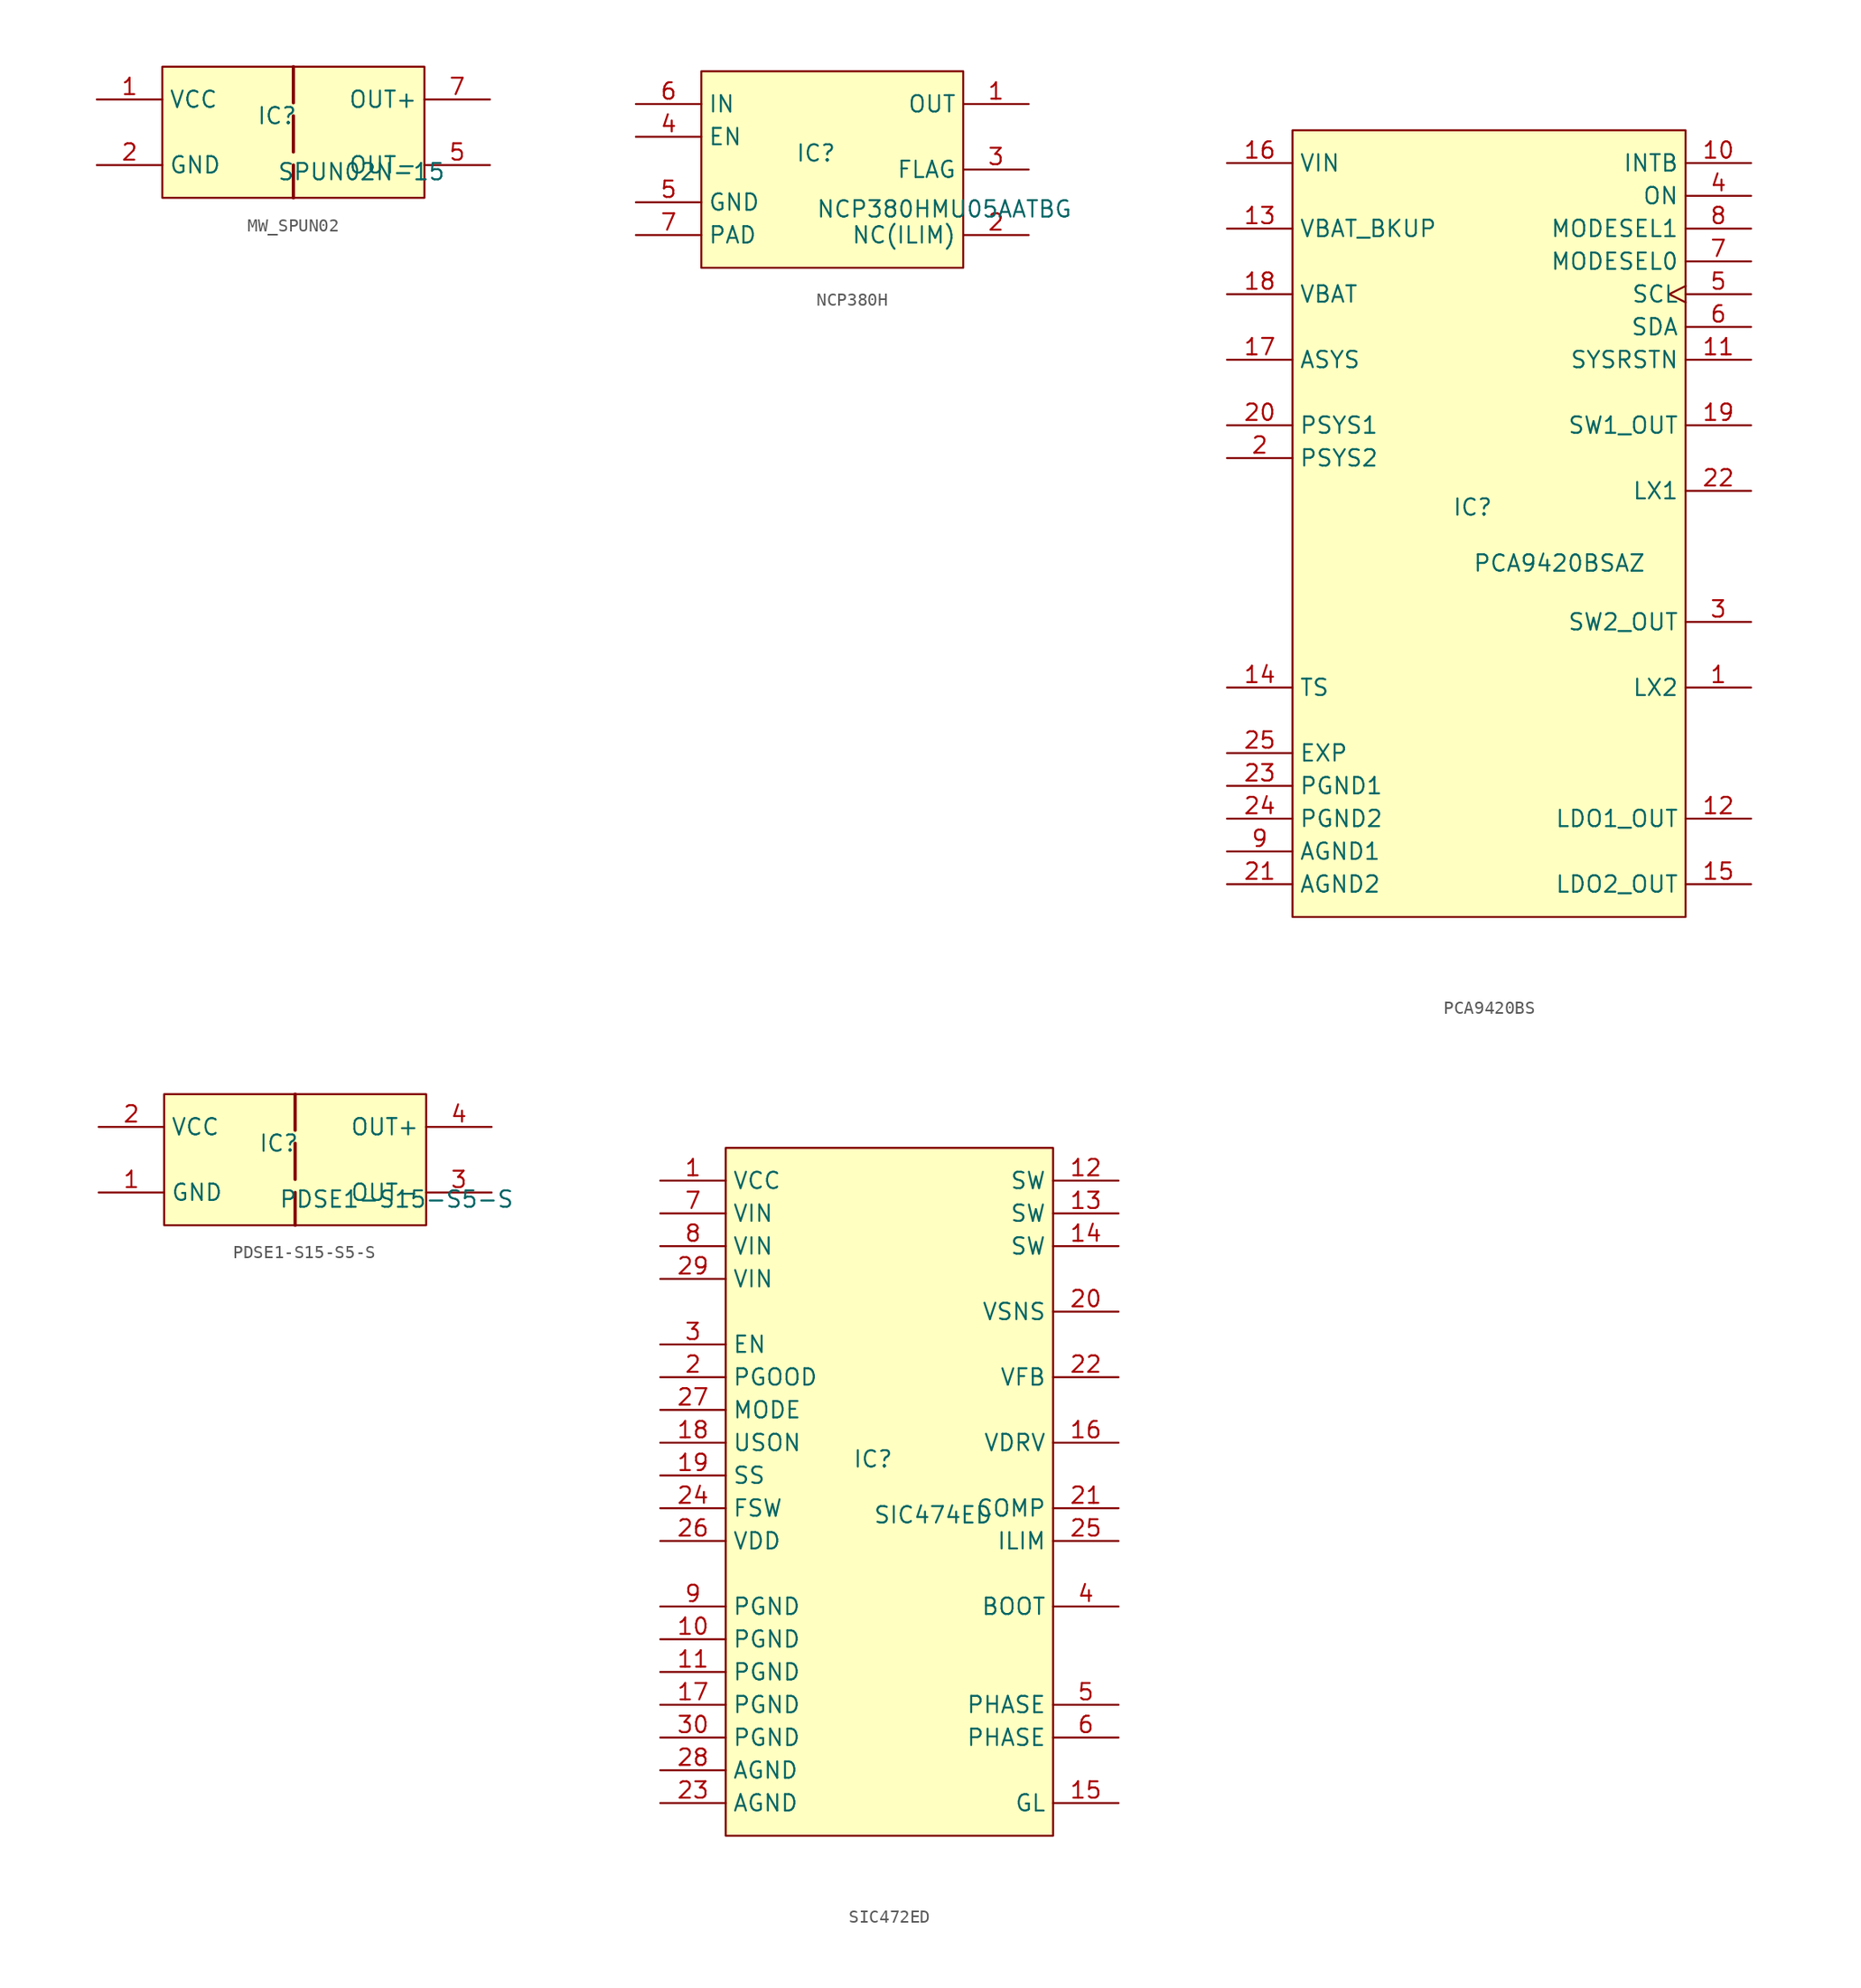
<source format=kicad_sym>
(kicad_symbol_lib
  (version 20231120)
  (generator "kicad_symbol_editor")
  (generator_version "8.0")
  (symbol "MW_SPUN02"
    (property "Reference" "IC"
      (at -1.27 1.27 0)
      (effects (font (size 1.27 1.27))))
    (property "Value" "SPUN02N-15"
      (at -1.27 -3.81 0)
      (effects (font (size 1.27 1.27)) (justify left bottom)))
    (symbol "MW_SPUN02_1_0"
      (rectangle (start -10.16 5.08) (end 10.16 -5.08) (stroke (width 0) (type solid) (color 128 0 0 1)) (fill (type background)))
      (polyline (pts (xy 0 5.08) (xy 0 -5.08)) (stroke (width 0.254) (type dash)) (fill (type none)))
      (pin passive line (at -15.24 2.54 0) (length 5.08) (name "VCC" (effects (font (size 1.27 1.27)))) (number "1" (effects (font (size 1.27 1.27)))))
      (pin passive line (at -15.24 -2.54 0) (length 5.08) (name "GND" (effects (font (size 1.27 1.27)))) (number "2" (effects (font (size 1.27 1.27)))))
      (pin passive line (at 15.24 -2.54 180) (length 5.08) (name "OUT-" (effects (font (size 1.27 1.27)))) (number "5" (effects (font (size 1.27 1.27)))))
      (pin passive line (at 15.24 2.54 180) (length 5.08) (name "OUT+" (effects (font (size 1.27 1.27)))) (number "7" (effects (font (size 1.27 1.27)))))))
  (symbol "NCP380H"
    (property "Reference" "IC"
      (at -1.27 1.27 0)
      (effects (font (size 1.27 1.27))))
    (property "Value" "NCP380HMU05AATBG"
      (at -1.27 -3.81 0)
      (effects (font (size 1.27 1.27)) (justify left bottom)))
    (symbol "NCP380H_1_0"
      (rectangle (start -10.16 7.62) (end 10.16 -7.62) (stroke (width 0) (type solid) (color 128 0 0 1)) (fill (type background)))
      (pin passive line (at 15.24 5.08 180) (length 5.08) (name "OUT" (effects (font (size 1.27 1.27)))) (number "1" (effects (font (size 1.27 1.27)))))
      (pin passive line (at 15.24 -5.08 180) (length 5.08) (name "NC(ILIM)" (effects (font (size 1.27 1.27)))) (number "2" (effects (font (size 1.27 1.27)))))
      (pin open_collector line (at 15.24 0 180) (length 5.08) (name "FLAG" (effects (font (size 1.27 1.27)))) (number "3" (effects (font (size 1.27 1.27)))))
      (pin input line (at -15.24 2.54 0) (length 5.08) (name "EN" (effects (font (size 1.27 1.27)))) (number "4" (effects (font (size 1.27 1.27)))))
      (pin passive line (at -15.24 -2.54 0) (length 5.08) (name "GND" (effects (font (size 1.27 1.27)))) (number "5" (effects (font (size 1.27 1.27)))))
      (pin passive line (at -15.24 5.08 0) (length 5.08) (name "IN" (effects (font (size 1.27 1.27)))) (number "6" (effects (font (size 1.27 1.27)))))
      (pin passive line (at -15.24 -5.08 0) (length 5.08) (name "PAD" (effects (font (size 1.27 1.27)))) (number "7" (effects (font (size 1.27 1.27)))))))
  (symbol "PCA9420BS"
    (property "Reference" "IC"
      (at -1.27 1.27 0)
      (effects (font (size 1.27 1.27))))
    (property "Value" "PCA9420BSAZ"
      (at -1.27 -3.81 0)
      (effects (font (size 1.27 1.27)) (justify left bottom)))
    (symbol "PCA9420BS_1_0"
      (rectangle (start -15.24 30.48) (end 15.24 -30.48) (stroke (width 0) (type solid) (color 128 0 0 1)) (fill (type background)))
      (pin power_in line (at 20.32 -12.7 180) (length 5.08) (name "LX2" (effects (font (size 1.27 1.27)))) (number "1" (effects (font (size 1.27 1.27)))))
      (pin output line (at 20.32 27.94 180) (length 5.08) (name "INTB" (effects (font (size 1.27 1.27)))) (number "10" (effects (font (size 1.27 1.27)))))
      (pin output line (at 20.32 12.7 180) (length 5.08) (name "SYSRSTN" (effects (font (size 1.27 1.27)))) (number "11" (effects (font (size 1.27 1.27)))))
      (pin power_in line (at 20.32 -22.86 180) (length 5.08) (name "LDO1_OUT" (effects (font (size 1.27 1.27)))) (number "12" (effects (font (size 1.27 1.27)))))
      (pin power_in line (at -20.32 22.86 0) (length 5.08) (name "VBAT_BKUP" (effects (font (size 1.27 1.27)))) (number "13" (effects (font (size 1.27 1.27)))))
      (pin input line (at -20.32 -12.7 0) (length 5.08) (name "TS" (effects (font (size 1.27 1.27)))) (number "14" (effects (font (size 1.27 1.27)))))
      (pin power_in line (at 20.32 -27.94 180) (length 5.08) (name "LDO2_OUT" (effects (font (size 1.27 1.27)))) (number "15" (effects (font (size 1.27 1.27)))))
      (pin power_in line (at -20.32 27.94 0) (length 5.08) (name "VIN" (effects (font (size 1.27 1.27)))) (number "16" (effects (font (size 1.27 1.27)))))
      (pin power_in line (at -20.32 12.7 0) (length 5.08) (name "ASYS" (effects (font (size 1.27 1.27)))) (number "17" (effects (font (size 1.27 1.27)))))
      (pin power_in line (at -20.32 17.78 0) (length 5.08) (name "VBAT" (effects (font (size 1.27 1.27)))) (number "18" (effects (font (size 1.27 1.27)))))
      (pin input line (at 20.32 7.62 180) (length 5.08) (name "SW1_OUT" (effects (font (size 1.27 1.27)))) (number "19" (effects (font (size 1.27 1.27)))))
      (pin power_in line (at -20.32 5.08 0) (length 5.08) (name "PSYS2" (effects (font (size 1.27 1.27)))) (number "2" (effects (font (size 1.27 1.27)))))
      (pin power_in line (at -20.32 7.62 0) (length 5.08) (name "PSYS1" (effects (font (size 1.27 1.27)))) (number "20" (effects (font (size 1.27 1.27)))))
      (pin power_in line (at -20.32 -27.94 0) (length 5.08) (name "AGND2" (effects (font (size 1.27 1.27)))) (number "21" (effects (font (size 1.27 1.27)))))
      (pin power_in line (at 20.32 2.54 180) (length 5.08) (name "LX1" (effects (font (size 1.27 1.27)))) (number "22" (effects (font (size 1.27 1.27)))))
      (pin power_in line (at -20.32 -20.32 0) (length 5.08) (name "PGND1" (effects (font (size 1.27 1.27)))) (number "23" (effects (font (size 1.27 1.27)))))
      (pin power_in line (at -20.32 -22.86 0) (length 5.08) (name "PGND2" (effects (font (size 1.27 1.27)))) (number "24" (effects (font (size 1.27 1.27)))))
      (pin power_in line (at -20.32 -17.78 0) (length 5.08) (name "EXP" (effects (font (size 1.27 1.27)))) (number "25" (effects (font (size 1.27 1.27)))))
      (pin input line (at 20.32 -7.62 180) (length 5.08) (name "SW2_OUT" (effects (font (size 1.27 1.27)))) (number "3" (effects (font (size 1.27 1.27)))))
      (pin input line (at 20.32 25.4 180) (length 5.08) (name "ON" (effects (font (size 1.27 1.27)))) (number "4" (effects (font (size 1.27 1.27)))))
      (pin input clock (at 20.32 17.78 180) (length 5.08) (name "SCL" (effects (font (size 1.27 1.27)))) (number "5" (effects (font (size 1.27 1.27)))))
      (pin bidirectional line (at 20.32 15.24 180) (length 5.08) (name "SDA" (effects (font (size 1.27 1.27)))) (number "6" (effects (font (size 1.27 1.27)))))
      (pin input line (at 20.32 20.32 180) (length 5.08) (name "MODESEL0" (effects (font (size 1.27 1.27)))) (number "7" (effects (font (size 1.27 1.27)))))
      (pin input line (at 20.32 22.86 180) (length 5.08) (name "MODESEL1" (effects (font (size 1.27 1.27)))) (number "8" (effects (font (size 1.27 1.27)))))
      (pin power_in line (at -20.32 -25.4 0) (length 5.08) (name "AGND1" (effects (font (size 1.27 1.27)))) (number "9" (effects (font (size 1.27 1.27)))))))
  (symbol "PDSE1-S15-S5-S"
    (property "Reference" "IC"
      (at -1.27 1.27 0)
      (effects (font (size 1.27 1.27))))
    (property "Value" "PDSE1-S15-S5-S"
      (at -1.27 -3.81 0)
      (effects (font (size 1.27 1.27)) (justify left bottom)))
    (symbol "PDSE1-S15-S5-S_1_0"
      (rectangle (start -10.16 5.08) (end 10.16 -5.08) (stroke (width 0) (type solid) (color 128 0 0 1)) (fill (type background)))
      (polyline (pts (xy 0 5.08) (xy 0 -5.08)) (stroke (width 0.254) (type dash)) (fill (type none)))
      (pin passive line (at -15.24 -2.54 0) (length 5.08) (name "GND" (effects (font (size 1.27 1.27)))) (number "1" (effects (font (size 1.27 1.27)))))
      (pin passive line (at -15.24 2.54 0) (length 5.08) (name "VCC" (effects (font (size 1.27 1.27)))) (number "2" (effects (font (size 1.27 1.27)))))
      (pin passive line (at 15.24 -2.54 180) (length 5.08) (name "OUT-" (effects (font (size 1.27 1.27)))) (number "3" (effects (font (size 1.27 1.27)))))
      (pin passive line (at 15.24 2.54 180) (length 5.08) (name "OUT+" (effects (font (size 1.27 1.27)))) (number "4" (effects (font (size 1.27 1.27)))))))
  (symbol "SIC472ED"
    (property "Reference" "IC"
      (at -1.27 1.27 0)
      (effects (font (size 1.27 1.27))))
    (property "Value" "SIC474ED"
      (at -1.27 -3.81 0)
      (effects (font (size 1.27 1.27)) (justify left bottom)))
    (symbol "SIC472ED_1_0"
      (rectangle (start -12.7 25.4) (end 12.7 -27.94) (stroke (width 0) (type solid) (color 128 0 0 1)) (fill (type background)))
      (pin passive line (at -17.78 22.86 0) (length 5.08) (name "VCC" (effects (font (size 1.27 1.27)))) (number "1" (effects (font (size 1.27 1.27)))))
      (pin passive line (at -17.78 -12.7 0) (length 5.08) (name "PGND" (effects (font (size 1.27 1.27)))) (number "10" (effects (font (size 1.27 1.27)))))
      (pin passive line (at -17.78 -15.24 0) (length 5.08) (name "PGND" (effects (font (size 1.27 1.27)))) (number "11" (effects (font (size 1.27 1.27)))))
      (pin passive line (at 17.78 22.86 180) (length 5.08) (name "SW" (effects (font (size 1.27 1.27)))) (number "12" (effects (font (size 1.27 1.27)))))
      (pin passive line (at 17.78 20.32 180) (length 5.08) (name "SW" (effects (font (size 1.27 1.27)))) (number "13" (effects (font (size 1.27 1.27)))))
      (pin passive line (at 17.78 17.78 180) (length 5.08) (name "SW" (effects (font (size 1.27 1.27)))) (number "14" (effects (font (size 1.27 1.27)))))
      (pin passive line (at 17.78 -25.4 180) (length 5.08) (name "GL" (effects (font (size 1.27 1.27)))) (number "15" (effects (font (size 1.27 1.27)))))
      (pin passive line (at 17.78 2.54 180) (length 5.08) (name "VDRV" (effects (font (size 1.27 1.27)))) (number "16" (effects (font (size 1.27 1.27)))))
      (pin passive line (at -17.78 -17.78 0) (length 5.08) (name "PGND" (effects (font (size 1.27 1.27)))) (number "17" (effects (font (size 1.27 1.27)))))
      (pin input line (at -17.78 2.54 0) (length 5.08) (name "USON" (effects (font (size 1.27 1.27)))) (number "18" (effects (font (size 1.27 1.27)))))
      (pin passive line (at -17.78 0 0) (length 5.08) (name "SS" (effects (font (size 1.27 1.27)))) (number "19" (effects (font (size 1.27 1.27)))))
      (pin output line (at -17.78 7.62 0) (length 5.08) (name "PGOOD" (effects (font (size 1.27 1.27)))) (number "2" (effects (font (size 1.27 1.27)))))
      (pin input line (at 17.78 12.7 180) (length 5.08) (name "VSNS" (effects (font (size 1.27 1.27)))) (number "20" (effects (font (size 1.27 1.27)))))
      (pin passive line (at 17.78 -2.54 180) (length 5.08) (name "COMP" (effects (font (size 1.27 1.27)))) (number "21" (effects (font (size 1.27 1.27)))))
      (pin input line (at 17.78 7.62 180) (length 5.08) (name "VFB" (effects (font (size 1.27 1.27)))) (number "22" (effects (font (size 1.27 1.27)))))
      (pin passive line (at -17.78 -25.4 0) (length 5.08) (name "AGND" (effects (font (size 1.27 1.27)))) (number "23" (effects (font (size 1.27 1.27)))))
      (pin passive line (at -17.78 -2.54 0) (length 5.08) (name "FSW" (effects (font (size 1.27 1.27)))) (number "24" (effects (font (size 1.27 1.27)))))
      (pin passive line (at 17.78 -5.08 180) (length 5.08) (name "ILIM" (effects (font (size 1.27 1.27)))) (number "25" (effects (font (size 1.27 1.27)))))
      (pin passive line (at -17.78 -5.08 0) (length 5.08) (name "VDD" (effects (font (size 1.27 1.27)))) (number "26" (effects (font (size 1.27 1.27)))))
      (pin input line (at -17.78 5.08 0) (length 5.08) (name "MODE" (effects (font (size 1.27 1.27)))) (number "27" (effects (font (size 1.27 1.27)))))
      (pin passive line (at -17.78 -22.86 0) (length 5.08) (name "AGND" (effects (font (size 1.27 1.27)))) (number "28" (effects (font (size 1.27 1.27)))))
      (pin passive line (at -17.78 15.24 0) (length 5.08) (name "VIN" (effects (font (size 1.27 1.27)))) (number "29" (effects (font (size 1.27 1.27)))))
      (pin input line (at -17.78 10.16 0) (length 5.08) (name "EN" (effects (font (size 1.27 1.27)))) (number "3" (effects (font (size 1.27 1.27)))))
      (pin passive line (at -17.78 -20.32 0) (length 5.08) (name "PGND" (effects (font (size 1.27 1.27)))) (number "30" (effects (font (size 1.27 1.27)))))
      (pin passive line (at 17.78 -10.16 180) (length 5.08) (name "BOOT" (effects (font (size 1.27 1.27)))) (number "4" (effects (font (size 1.27 1.27)))))
      (pin passive line (at 17.78 -17.78 180) (length 5.08) (name "PHASE" (effects (font (size 1.27 1.27)))) (number "5" (effects (font (size 1.27 1.27)))))
      (pin passive line (at 17.78 -20.32 180) (length 5.08) (name "PHASE" (effects (font (size 1.27 1.27)))) (number "6" (effects (font (size 1.27 1.27)))))
      (pin passive line (at -17.78 20.32 0) (length 5.08) (name "VIN" (effects (font (size 1.27 1.27)))) (number "7" (effects (font (size 1.27 1.27)))))
      (pin passive line (at -17.78 17.78 0) (length 5.08) (name "VIN" (effects (font (size 1.27 1.27)))) (number "8" (effects (font (size 1.27 1.27)))))
      (pin passive line (at -17.78 -10.16 0) (length 5.08) (name "PGND" (effects (font (size 1.27 1.27)))) (number "9" (effects (font (size 1.27 1.27))))))))
</source>
